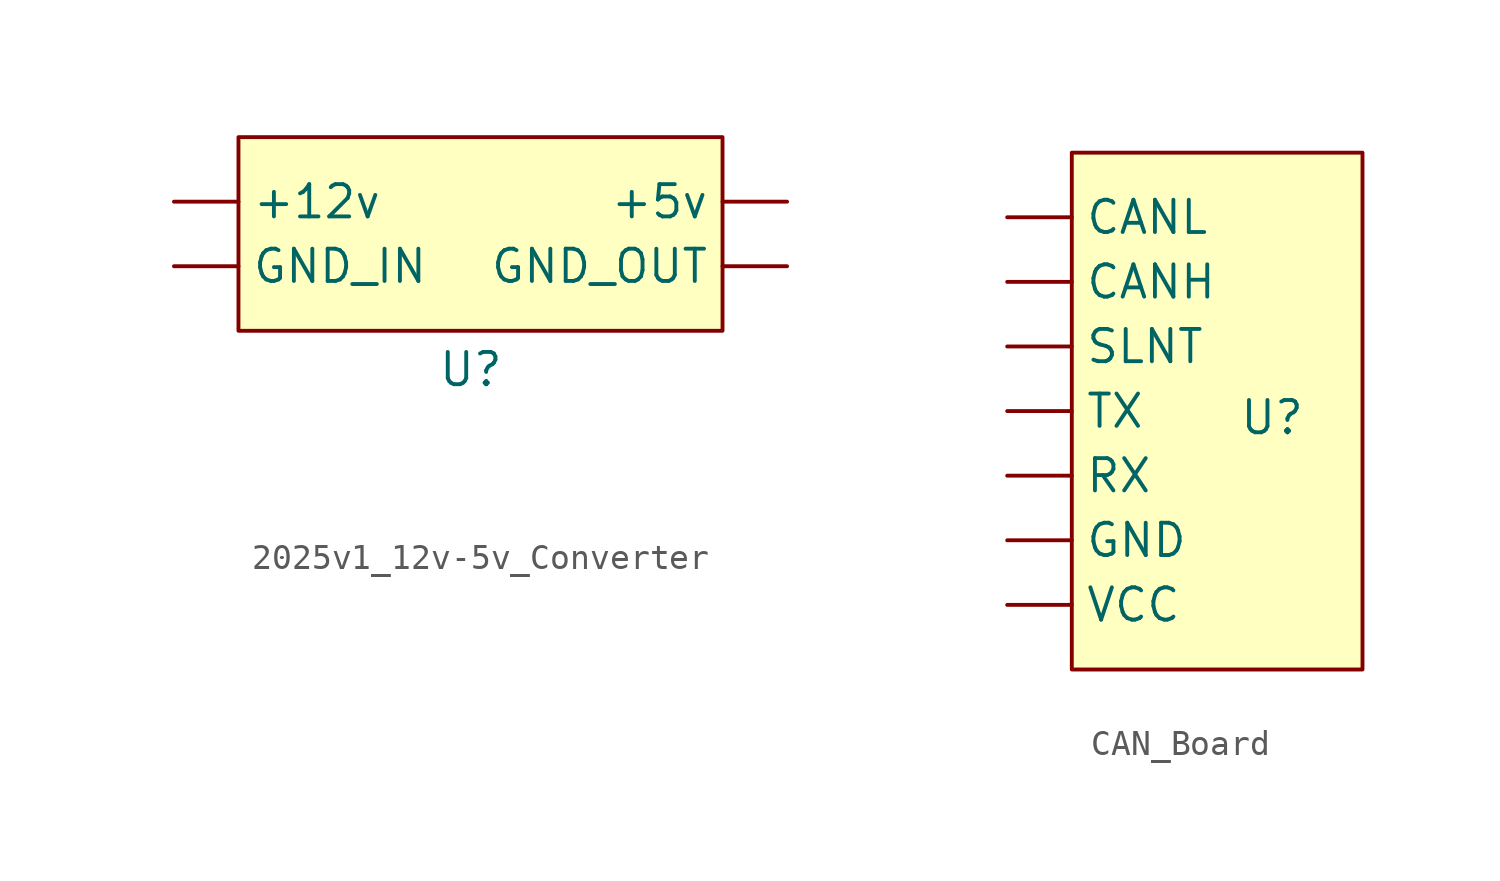
<source format=kicad_sym>
(kicad_symbol_lib
  (version 20231120)
  (generator "kicad_symbol_editor")
  (generator_version "8.0")
  (symbol "2025v1_12v-5v_Converter"
    (property "Reference" "U"
      (at 0.254 -5.334 0)
      (effects (font (size 1.27 1.27))))
    (property "Value" ""
      (at -2.54 -10.16 0)
      (effects (font (size 1.27 1.27))))
    (symbol "2025v1_12v-5v_Converter_0_1"
      (rectangle (start -8.89 3.81) (end 10.16 -3.81) (stroke (width 0) (type default)) (fill (type background))))
    (symbol "2025v1_12v-5v_Converter_1_1"
      (pin power_in line (at -11.43 1.27 0) (length 2.54) (name "+12v" (effects (font (size 1.27 1.27)))) (number "" (effects (font (size 1.27 1.27)))))
      (pin power_out line (at 12.7 1.27 180) (length 2.54) (name "+5v" (effects (font (size 1.27 1.27)))) (number "" (effects (font (size 1.27 1.27)))))
      (pin power_in line (at -11.43 -1.27 0) (length 2.54) (name "GND_IN" (effects (font (size 1.27 1.27)))) (number "" (effects (font (size 1.27 1.27)))))
      (pin power_out line (at 12.7 -1.27 180) (length 2.54) (name "GND_OUT" (effects (font (size 1.27 1.27)))) (number "" (effects (font (size 1.27 1.27)))))))
  (symbol "CAN_Board"
    (property "Reference" "U"
      (at 11.684 -0.254 0)
      (effects (font (size 1.27 1.27))))
    (property "Value" ""
      (at 1.27 0 0)
      (effects (font (size 1.27 1.27))))
    (symbol "CAN_Board_0_1"
      (rectangle (start 3.81 10.16) (end 15.24 -10.16) (stroke (width 0) (type default)) (fill (type background))))
    (symbol "CAN_Board_1_1"
      (pin bidirectional line (at 1.27 5.08 0) (length 2.54) (name "CANH" (effects (font (size 1.27 1.27)))) (number "" (effects (font (size 1.27 1.27)))))
      (pin bidirectional line (at 1.27 7.62 0) (length 2.54) (name "CANL" (effects (font (size 1.27 1.27)))) (number "" (effects (font (size 1.27 1.27)))))
      (pin power_in line (at 1.27 -5.08 0) (length 2.54) (name "GND" (effects (font (size 1.27 1.27)))) (number "" (effects (font (size 1.27 1.27)))))
      (pin bidirectional line (at 1.27 -2.54 0) (length 2.54) (name "RX" (effects (font (size 1.27 1.27)))) (number "" (effects (font (size 1.27 1.27)))))
      (pin bidirectional line (at 1.27 2.54 0) (length 2.54) (name "SLNT" (effects (font (size 1.27 1.27)))) (number "" (effects (font (size 1.27 1.27)))))
      (pin bidirectional line (at 1.27 0 0) (length 2.54) (name "TX" (effects (font (size 1.27 1.27)))) (number "" (effects (font (size 1.27 1.27)))))
      (pin power_in line (at 1.27 -7.62 0) (length 2.54) (name "VCC" (effects (font (size 1.27 1.27)))) (number "" (effects (font (size 1.27 1.27))))))))
</source>
